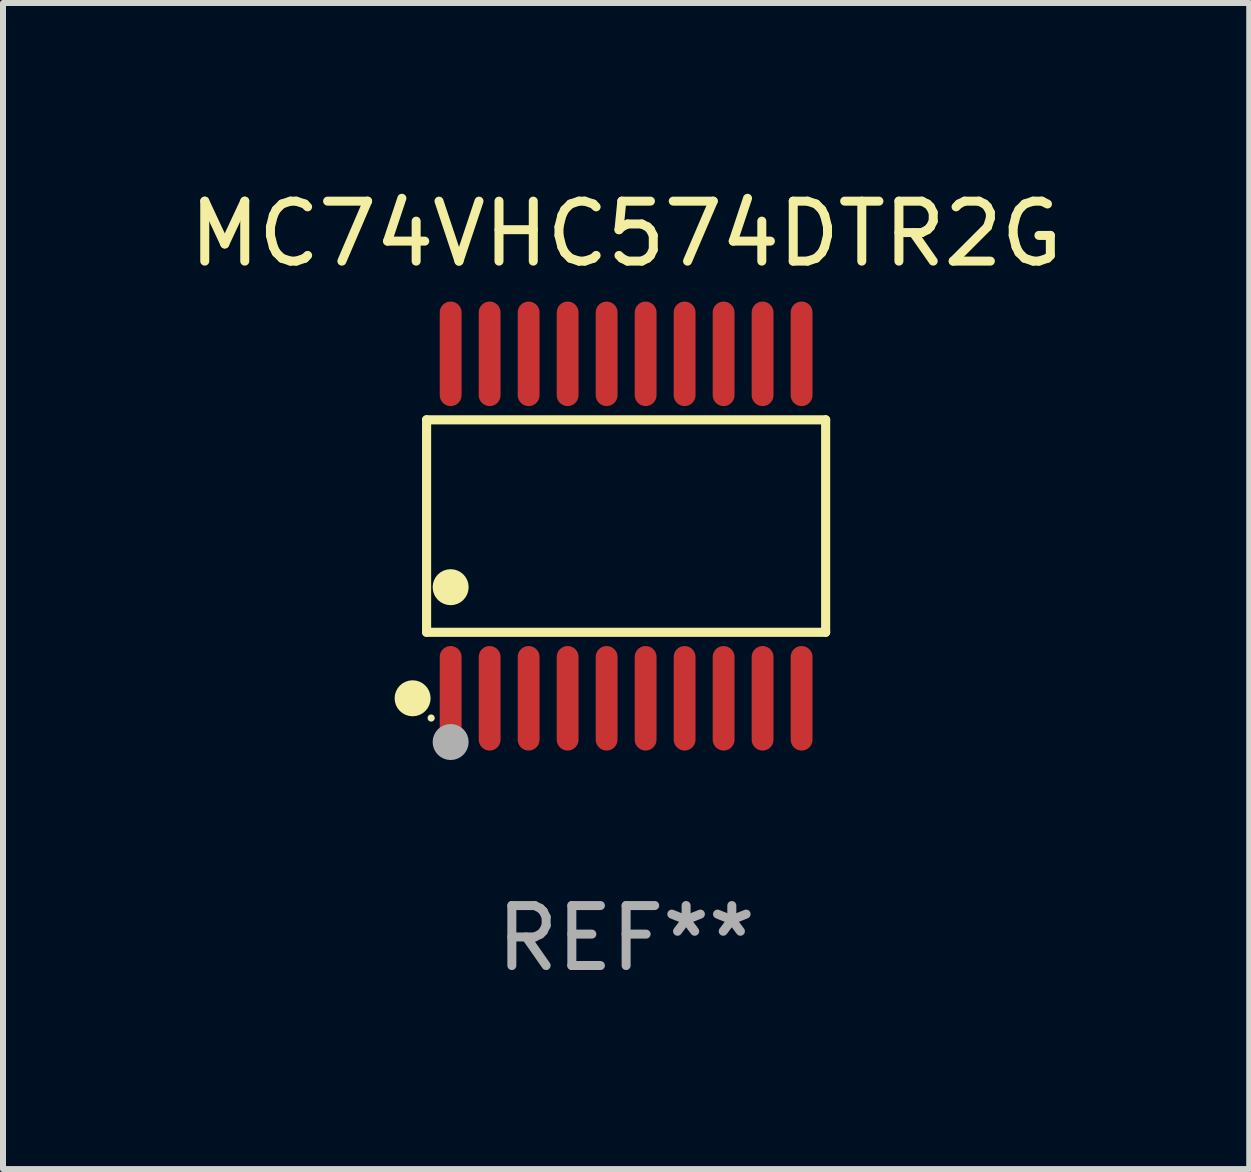
<source format=kicad_pcb>
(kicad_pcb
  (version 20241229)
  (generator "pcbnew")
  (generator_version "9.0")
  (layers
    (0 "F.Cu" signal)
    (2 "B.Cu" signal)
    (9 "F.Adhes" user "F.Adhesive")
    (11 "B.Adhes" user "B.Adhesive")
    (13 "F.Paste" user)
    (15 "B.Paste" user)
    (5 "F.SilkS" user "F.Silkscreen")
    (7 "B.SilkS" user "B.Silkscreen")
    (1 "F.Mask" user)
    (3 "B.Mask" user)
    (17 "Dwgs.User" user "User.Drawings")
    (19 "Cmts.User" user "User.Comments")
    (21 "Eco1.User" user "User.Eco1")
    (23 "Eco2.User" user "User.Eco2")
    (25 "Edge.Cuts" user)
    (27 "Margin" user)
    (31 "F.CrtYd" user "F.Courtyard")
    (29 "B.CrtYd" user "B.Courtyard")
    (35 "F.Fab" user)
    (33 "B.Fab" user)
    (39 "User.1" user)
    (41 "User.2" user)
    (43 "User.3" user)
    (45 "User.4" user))
  (footprint "MC74VHC574DTR2G"
    (layer "F.Cu")
    (at 7.387 5.719)
    (property "Reference" "MC74VHC574DTR2G" (at 0 -4.871 0) (layer "F.SilkS") (effects (font (size 1 1) (thickness 0.15))))
    (attr through_hole)
    (fp_line (start -3.326 -1.771) (end 3.326 -1.771) (stroke (width 0.152) (type solid)) (layer "F.SilkS"))
    (fp_line (start -3.326 1.771) (end -3.326 -1.771) (stroke (width 0.152) (type solid)) (layer "F.SilkS"))
    (fp_line (start 3.326 -1.771) (end 3.326 1.771) (stroke (width 0.152) (type solid)) (layer "F.SilkS"))
    (fp_line (start 3.326 1.771) (end -3.326 1.771) (stroke (width 0.152) (type solid)) (layer "F.SilkS"))
    (fp_circle (center -3.559 2.871) (end -3.409 2.871) (stroke (width 0.3) (type solid)) (fill no) (layer "F.SilkS"))
    (fp_circle (center -3.25 3.2) (end -3.22 3.2) (stroke (width 0.06) (type solid)) (fill no) (layer "F.SilkS"))
    (fp_circle (center -2.925 1.019) (end -2.775 1.019) (stroke (width 0.3) (type solid)) (fill no) (layer "F.SilkS"))
    (fp_circle (center -2.925 3.6) (end -2.775 3.6) (stroke (width 0.3) (type solid)) (fill no) (layer "F.Fab"))
    (fp_text user "REF**" (at 0 6.871 0) (layer "F.Fab") (effects (font (size 1 1) (thickness 0.15))))
    (pad "1" smd oval (at -2.925 2.871) (size 0.364 1.742) (layers "F.Cu" "F.Mask" "F.Paste"))
    (pad "2" smd oval (at -2.275 2.871) (size 0.364 1.742) (layers "F.Cu" "F.Mask" "F.Paste"))
    (pad "3" smd oval (at -1.625 2.871) (size 0.364 1.742) (layers "F.Cu" "F.Mask" "F.Paste"))
    (pad "4" smd oval (at -0.975 2.871) (size 0.364 1.742) (layers "F.Cu" "F.Mask" "F.Paste"))
    (pad "5" smd oval (at -0.325 2.871) (size 0.364 1.742) (layers "F.Cu" "F.Mask" "F.Paste"))
    (pad "6" smd oval (at 0.325 2.871) (size 0.364 1.742) (layers "F.Cu" "F.Mask" "F.Paste"))
    (pad "7" smd oval (at 0.975 2.871) (size 0.364 1.742) (layers "F.Cu" "F.Mask" "F.Paste"))
    (pad "8" smd oval (at 1.625 2.871) (size 0.364 1.742) (layers "F.Cu" "F.Mask" "F.Paste"))
    (pad "9" smd oval (at 2.275 2.871) (size 0.364 1.742) (layers "F.Cu" "F.Mask" "F.Paste"))
    (pad "10" smd oval (at 2.925 2.871) (size 0.364 1.742) (layers "F.Cu" "F.Mask" "F.Paste"))
    (pad "11" smd oval (at 2.925 -2.871) (size 0.364 1.742) (layers "F.Cu" "F.Mask" "F.Paste"))
    (pad "12" smd oval (at 2.275 -2.871) (size 0.364 1.742) (layers "F.Cu" "F.Mask" "F.Paste"))
    (pad "13" smd oval (at 1.625 -2.871) (size 0.364 1.742) (layers "F.Cu" "F.Mask" "F.Paste"))
    (pad "14" smd oval (at 0.975 -2.871) (size 0.364 1.742) (layers "F.Cu" "F.Mask" "F.Paste"))
    (pad "15" smd oval (at 0.325 -2.871) (size 0.364 1.742) (layers "F.Cu" "F.Mask" "F.Paste"))
    (pad "16" smd oval (at -0.325 -2.871) (size 0.364 1.742) (layers "F.Cu" "F.Mask" "F.Paste"))
    (pad "17" smd oval (at -0.975 -2.871) (size 0.364 1.742) (layers "F.Cu" "F.Mask" "F.Paste"))
    (pad "18" smd oval (at -1.625 -2.871) (size 0.364 1.742) (layers "F.Cu" "F.Mask" "F.Paste"))
    (pad "19" smd oval (at -2.275 -2.871) (size 0.364 1.742) (layers "F.Cu" "F.Mask" "F.Paste"))
    (pad "20" smd oval (at -2.925 -2.871) (size 0.364 1.742) (layers "F.Cu" "F.Mask" "F.Paste")))
  (gr_rect
    (start -3 -3)
    (end 17.774 16.438)
    (stroke (width 0.1) (type default))
    (fill no)
    (layer "Edge.Cuts")))
</source>
